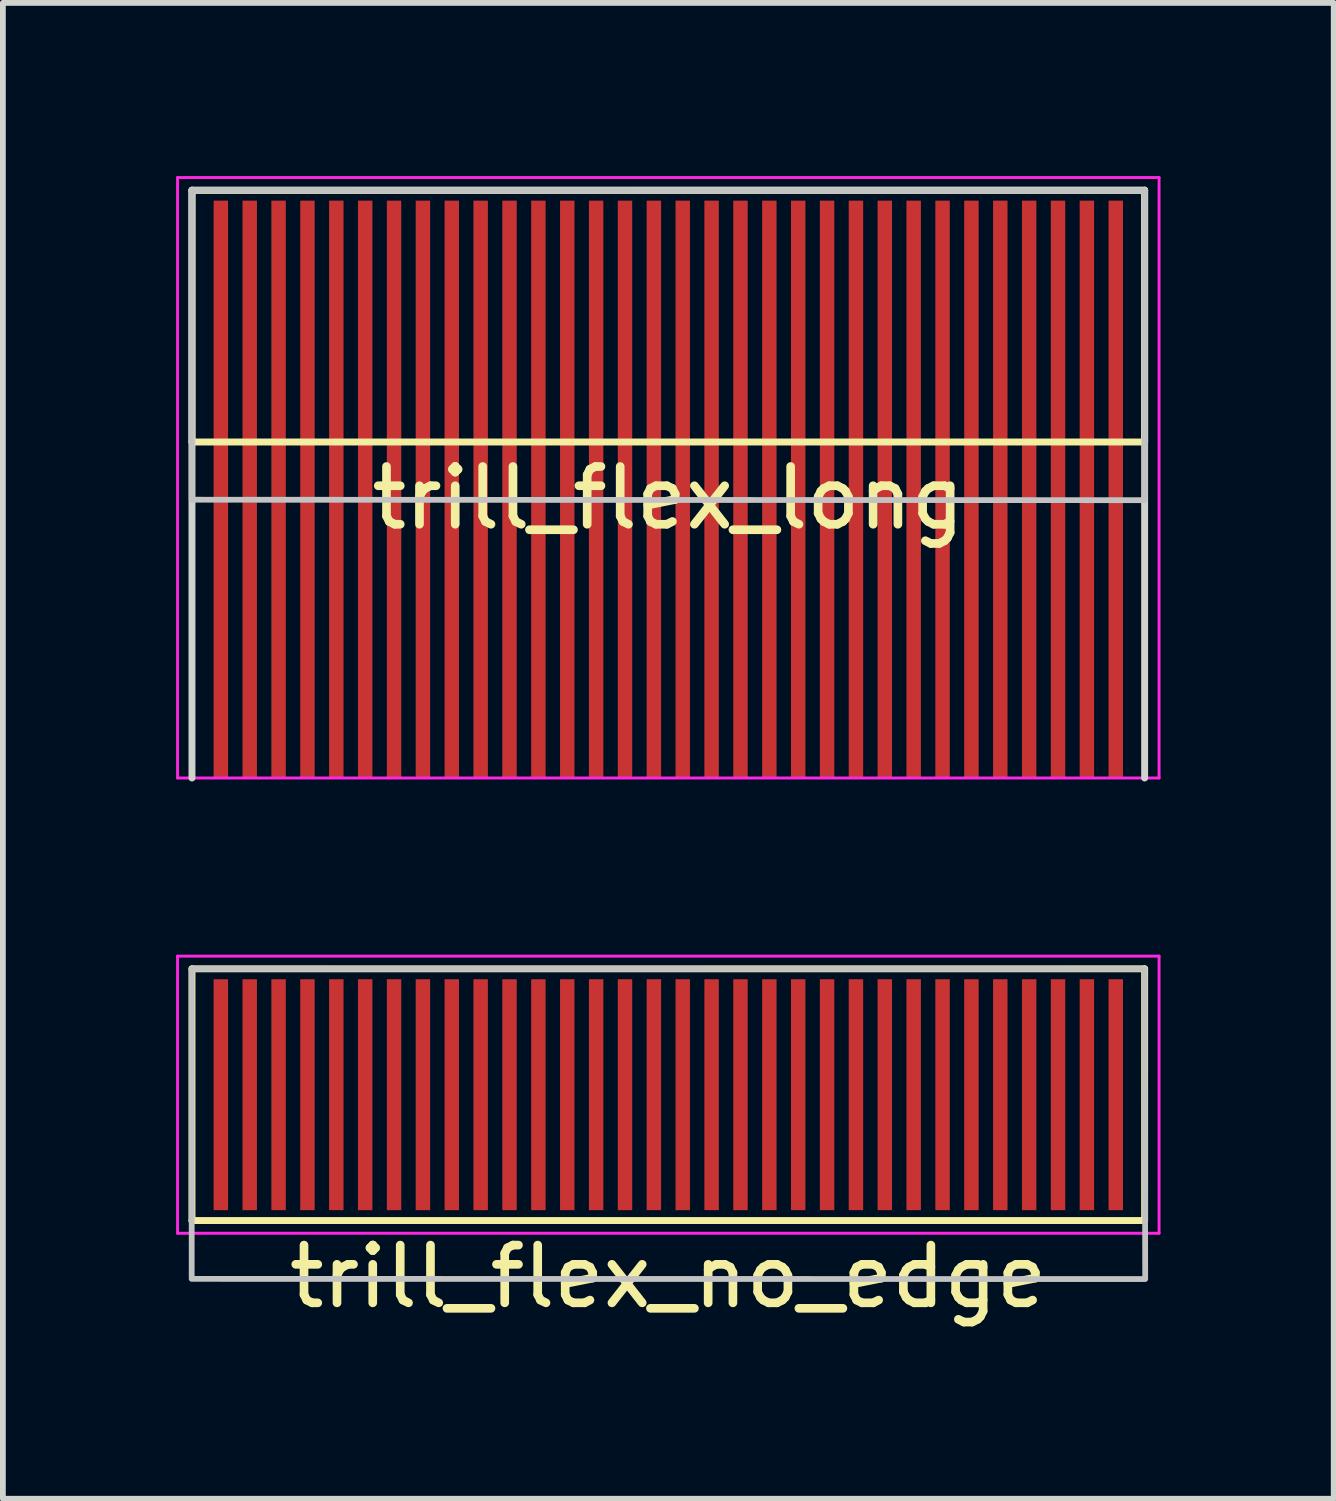
<source format=kicad_pcb>
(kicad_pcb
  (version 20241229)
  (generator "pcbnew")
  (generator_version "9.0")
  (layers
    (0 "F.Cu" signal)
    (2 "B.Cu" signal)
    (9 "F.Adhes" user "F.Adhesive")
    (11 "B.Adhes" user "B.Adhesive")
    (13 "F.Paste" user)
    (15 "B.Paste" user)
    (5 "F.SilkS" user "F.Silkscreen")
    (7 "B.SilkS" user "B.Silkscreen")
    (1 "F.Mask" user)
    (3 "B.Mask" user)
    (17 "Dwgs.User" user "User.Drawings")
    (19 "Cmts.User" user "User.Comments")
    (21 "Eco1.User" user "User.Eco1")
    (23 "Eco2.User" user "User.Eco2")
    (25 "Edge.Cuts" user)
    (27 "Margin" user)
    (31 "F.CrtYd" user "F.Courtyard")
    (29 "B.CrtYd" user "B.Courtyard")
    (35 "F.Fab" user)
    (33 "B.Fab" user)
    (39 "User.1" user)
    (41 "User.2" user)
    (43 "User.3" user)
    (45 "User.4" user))
  (footprint "trill_flex_no_edge"
    (layer "F.Cu")
    (at 8.525 15.91)
    (property "Reference" "trill_flex_no_edge" (at 0 3.15 0) (layer "F.SilkS") (effects (font (size 1 1) (thickness 0.15))))
    (attr smd)
    (fp_line (start -8.25 -2.18) (end 8.25 -2.18) (stroke (width 0.12) (type solid)) (layer "F.SilkS"))
    (fp_line (start -8.25 2.18) (end -8.25 -2.18) (stroke (width 0.12) (type solid)) (layer "F.SilkS"))
    (fp_line (start -8.25 2.18) (end 8.25 2.18) (stroke (width 0.12) (type solid)) (layer "F.SilkS"))
    (fp_line (start 8.25 2.18) (end 8.25 -2.18) (stroke (width 0.12) (type solid)) (layer "F.SilkS"))
    (fp_poly (pts (xy 8.26 3.193) (xy -8.255 3.19) (xy -8.255 -2.18) (xy 8.25 -2.177)) (stroke (width 0.1) (type solid)) (fill no) (layer "Dwgs.User"))
    (fp_line (start -8.5 -2.4) (end -8.5 2.4) (stroke (width 0.05) (type solid)) (layer "F.CrtYd"))
    (fp_line (start -8.5 -2.4) (end 8.5 -2.4) (stroke (width 0.05) (type solid)) (layer "F.CrtYd"))
    (fp_line (start -8.5 2.4) (end 8.5 2.4) (stroke (width 0.05) (type solid)) (layer "F.CrtYd"))
    (fp_line (start 8.5 -2.4) (end 8.5 2.4) (stroke (width 0.05) (type solid)) (layer "F.CrtYd"))
    (pad "1" smd rect (at -7.75 0) (size 0.25 4) (layers "F.Cu" "F.Mask" "F.Paste"))
    (pad "2" smd rect (at -7.25 0) (size 0.25 4) (layers "F.Cu" "F.Mask" "F.Paste"))
    (pad "3" smd rect (at -6.75 0) (size 0.25 4) (layers "F.Cu" "F.Mask" "F.Paste"))
    (pad "4" smd rect (at -6.25 0) (size 0.25 4) (layers "F.Cu" "F.Mask" "F.Paste"))
    (pad "5" smd rect (at -5.75 0) (size 0.25 4) (layers "F.Cu" "F.Mask" "F.Paste"))
    (pad "6" smd rect (at -5.25 0) (size 0.25 4) (layers "F.Cu" "F.Mask" "F.Paste"))
    (pad "7" smd rect (at -4.75 0) (size 0.25 4) (layers "F.Cu" "F.Mask" "F.Paste"))
    (pad "8" smd rect (at -4.25 0) (size 0.25 4) (layers "F.Cu" "F.Mask" "F.Paste"))
    (pad "9" smd rect (at -3.75 0) (size 0.25 4) (layers "F.Cu" "F.Mask" "F.Paste"))
    (pad "10" smd rect (at -3.25 0) (size 0.25 4) (layers "F.Cu" "F.Mask" "F.Paste"))
    (pad "11" smd rect (at -2.75 0) (size 0.25 4) (layers "F.Cu" "F.Mask" "F.Paste"))
    (pad "12" smd rect (at -2.25 0) (size 0.25 4) (layers "F.Cu" "F.Mask" "F.Paste"))
    (pad "13" smd rect (at -1.75 0) (size 0.25 4) (layers "F.Cu" "F.Mask" "F.Paste"))
    (pad "14" smd rect (at -1.25 0) (size 0.25 4) (layers "F.Cu" "F.Mask" "F.Paste"))
    (pad "15" smd rect (at -0.75 0) (size 0.25 4) (layers "F.Cu" "F.Mask" "F.Paste"))
    (pad "16" smd rect (at -0.25 0) (size 0.25 4) (layers "F.Cu" "F.Mask" "F.Paste"))
    (pad "17" smd rect (at 0.25 0) (size 0.25 4) (layers "F.Cu" "F.Mask" "F.Paste"))
    (pad "18" smd rect (at 0.75 0) (size 0.25 4) (layers "F.Cu" "F.Mask" "F.Paste"))
    (pad "19" smd rect (at 1.25 0) (size 0.25 4) (layers "F.Cu" "F.Mask" "F.Paste"))
    (pad "20" smd rect (at 1.75 0) (size 0.25 4) (layers "F.Cu" "F.Mask" "F.Paste"))
    (pad "21" smd rect (at 2.25 0) (size 0.25 4) (layers "F.Cu" "F.Mask" "F.Paste"))
    (pad "22" smd rect (at 2.75 0) (size 0.25 4) (layers "F.Cu" "F.Mask" "F.Paste"))
    (pad "23" smd rect (at 3.25 0) (size 0.25 4) (layers "F.Cu" "F.Mask" "F.Paste"))
    (pad "24" smd rect (at 3.75 0) (size 0.25 4) (layers "F.Cu" "F.Mask" "F.Paste"))
    (pad "25" smd rect (at 4.25 0) (size 0.25 4) (layers "F.Cu" "F.Mask" "F.Paste"))
    (pad "26" smd rect (at 4.75 0) (size 0.25 4) (layers "F.Cu" "F.Mask" "F.Paste"))
    (pad "27" smd rect (at 5.25 0) (size 0.25 4) (layers "F.Cu" "F.Mask" "F.Paste"))
    (pad "28" smd rect (at 5.75 0) (size 0.25 4) (layers "F.Cu" "F.Mask" "F.Paste"))
    (pad "29" smd rect (at 6.25 0) (size 0.25 4) (layers "F.Cu" "F.Mask" "F.Paste"))
    (pad "30" smd rect (at 6.75 0) (size 0.25 4) (layers "F.Cu" "F.Mask" "F.Paste"))
    (pad "31" smd rect (at 7.25 0) (size 0.25 4) (layers "F.Cu" "F.Mask" "F.Paste"))
    (pad "32" smd rect (at 7.75 0) (size 0.25 4) (layers "F.Cu" "F.Mask" "F.Paste")))
  (footprint "trill_flex_long"
    (layer "F.Cu")
    (at 8.525 2.425)
    (property "Reference" "trill_flex_long" (at 0 3.15 0) (layer "F.SilkS") (effects (font (size 1 1) (thickness 0.15))))
    (attr smd)
    (fp_line (start -8.25 -2.18) (end 8.25 -2.18) (stroke (width 0.12) (type solid)) (layer "F.SilkS"))
    (fp_line (start -8.25 2.18) (end -8.25 -2.18) (stroke (width 0.12) (type solid)) (layer "F.SilkS"))
    (fp_line (start -8.25 2.18) (end 8.25 2.18) (stroke (width 0.12) (type solid)) (layer "F.SilkS"))
    (fp_line (start 8.25 2.18) (end 8.25 -2.18) (stroke (width 0.12) (type solid)) (layer "F.SilkS"))
    (fp_poly (pts (xy 8.255 3.188) (xy -8.255 3.18) (xy -8.255 -2.18) (xy 8.255 -2.172)) (stroke (width 0.1) (type solid)) (fill no) (layer "Dwgs.User"))
    (fp_line (start -8.25 -2.18) (end 8.25 -2.18) (stroke (width 0.12) (type solid)) (layer "Edge.Cuts"))
    (fp_line (start -8.25 8) (end -8.25 -2.18) (stroke (width 0.12) (type solid)) (layer "Edge.Cuts"))
    (fp_line (start 8.25 8) (end 8.25 -2.18) (stroke (width 0.12) (type solid)) (layer "Edge.Cuts"))
    (fp_line (start -8.5 -2.4) (end -8.5 8) (stroke (width 0.05) (type solid)) (layer "F.CrtYd"))
    (fp_line (start -8.5 -2.4) (end 8.5 -2.4) (stroke (width 0.05) (type solid)) (layer "F.CrtYd"))
    (fp_line (start -8.5 8) (end 8.5 8) (stroke (width 0.05) (type solid)) (layer "F.CrtYd"))
    (fp_line (start 8.5 -2.4) (end 8.5 8) (stroke (width 0.05) (type solid)) (layer "F.CrtYd"))
    (pad "" smd rect (at -7.75 0) (size 0.25 4) (layers "F.Mask" "F.Paste"))
    (pad "" smd rect (at -7.25 0) (size 0.25 4) (layers "F.Mask" "F.Paste"))
    (pad "" smd rect (at -6.75 0) (size 0.25 4) (layers "F.Mask" "F.Paste"))
    (pad "" smd rect (at -6.25 0) (size 0.25 4) (layers "F.Mask" "F.Paste"))
    (pad "" smd rect (at -5.75 0) (size 0.25 4) (layers "F.Mask" "F.Paste"))
    (pad "" smd rect (at -5.25 0) (size 0.25 4) (layers "F.Mask" "F.Paste"))
    (pad "" smd rect (at -4.75 0) (size 0.25 4) (layers "F.Mask" "F.Paste"))
    (pad "" smd rect (at -4.25 0) (size 0.25 4) (layers "F.Mask" "F.Paste"))
    (pad "" smd rect (at -3.75 0) (size 0.25 4) (layers "F.Mask" "F.Paste"))
    (pad "" smd rect (at -3.25 0) (size 0.25 4) (layers "F.Mask" "F.Paste"))
    (pad "" smd rect (at -2.75 0) (size 0.25 4) (layers "F.Mask" "F.Paste"))
    (pad "" smd rect (at -2.25 0) (size 0.25 4) (layers "F.Mask" "F.Paste"))
    (pad "" smd rect (at -1.75 0) (size 0.25 4) (layers "F.Mask" "F.Paste"))
    (pad "" smd rect (at -1.25 0) (size 0.25 4) (layers "F.Mask" "F.Paste"))
    (pad "" smd rect (at -0.75 0) (size 0.25 4) (layers "F.Mask" "F.Paste"))
    (pad "" smd rect (at -0.25 0) (size 0.25 4) (layers "F.Mask" "F.Paste"))
    (pad "" smd rect (at 0.25 0) (size 0.25 4) (layers "F.Mask" "F.Paste"))
    (pad "" smd rect (at 0.75 0) (size 0.25 4) (layers "F.Mask" "F.Paste"))
    (pad "" smd rect (at 1.25 0) (size 0.25 4) (layers "F.Mask" "F.Paste"))
    (pad "" smd rect (at 1.75 0) (size 0.25 4) (layers "F.Mask" "F.Paste"))
    (pad "" smd rect (at 2.25 0) (size 0.25 4) (layers "F.Mask" "F.Paste"))
    (pad "" smd rect (at 2.75 0) (size 0.25 4) (layers "F.Mask" "F.Paste"))
    (pad "" smd rect (at 3.25 0) (size 0.25 4) (layers "F.Mask" "F.Paste"))
    (pad "" smd rect (at 3.75 0) (size 0.25 4) (layers "F.Mask" "F.Paste"))
    (pad "" smd rect (at 4.25 0) (size 0.25 4) (layers "F.Mask" "F.Paste"))
    (pad "" smd rect (at 4.75 0) (size 0.25 4) (layers "F.Mask" "F.Paste"))
    (pad "" smd rect (at 5.25 0) (size 0.25 4) (layers "F.Mask" "F.Paste"))
    (pad "" smd rect (at 5.75 0) (size 0.25 4) (layers "F.Mask" "F.Paste"))
    (pad "" smd rect (at 6.25 0) (size 0.25 4) (layers "F.Mask" "F.Paste"))
    (pad "" smd rect (at 6.75 0) (size 0.25 4) (layers "F.Mask" "F.Paste"))
    (pad "" smd rect (at 7.25 0) (size 0.25 4) (layers "F.Mask" "F.Paste"))
    (pad "" smd rect (at 7.75 0) (size 0.25 4) (layers "F.Mask" "F.Paste"))
    (pad "1" smd custom (at -7.75 7) (size 0.25 2) (layers "F.Cu") (options (anchor rect)) (primitives (gr_poly (pts (xy -0.125 -1) (xy -0.125 -9) (xy 0.125 -9) (xy 0.125 -1)) (width 0) (fill yes))))
    (pad "2" smd custom (at -7.25 7) (size 0.25 2) (layers "F.Cu") (options (anchor rect)) (primitives (gr_poly (pts (xy -0.125 -1) (xy -0.125 -9) (xy 0.125 -9) (xy 0.125 -1)) (width 0) (fill yes))))
    (pad "3" smd custom (at -6.75 7) (size 0.25 2) (layers "F.Cu") (options (anchor rect)) (primitives (gr_poly (pts (xy -0.125 -1) (xy -0.125 -9) (xy 0.125 -9) (xy 0.125 -1)) (width 0) (fill yes))))
    (pad "4" smd custom (at -6.25 7) (size 0.25 2) (layers "F.Cu") (options (anchor rect)) (primitives (gr_poly (pts (xy -0.125 -1) (xy -0.125 -9) (xy 0.125 -9) (xy 0.125 -1)) (width 0) (fill yes))))
    (pad "5" smd custom (at -5.75 7) (size 0.25 2) (layers "F.Cu") (options (anchor rect)) (primitives (gr_poly (pts (xy -0.125 -1) (xy -0.125 -9) (xy 0.125 -9) (xy 0.125 -1)) (width 0) (fill yes))))
    (pad "6" smd custom (at -5.25 7) (size 0.25 2) (layers "F.Cu") (options (anchor rect)) (primitives (gr_poly (pts (xy -0.125 -1) (xy -0.125 -9) (xy 0.125 -9) (xy 0.125 -1)) (width 0) (fill yes))))
    (pad "7" smd custom (at -4.75 7) (size 0.25 2) (layers "F.Cu") (options (anchor rect)) (primitives (gr_poly (pts (xy -0.125 -1) (xy -0.125 -9) (xy 0.125 -9) (xy 0.125 -1)) (width 0) (fill yes))))
    (pad "8" smd custom (at -4.25 7) (size 0.25 2) (layers "F.Cu") (options (anchor rect)) (primitives (gr_poly (pts (xy -0.125 -1) (xy -0.125 -9) (xy 0.125 -9) (xy 0.125 -1)) (width 0) (fill yes))))
    (pad "9" smd custom (at -3.75 7) (size 0.25 2) (layers "F.Cu") (options (anchor rect)) (primitives (gr_poly (pts (xy -0.125 -1) (xy -0.125 -9) (xy 0.125 -9) (xy 0.125 -1)) (width 0) (fill yes))))
    (pad "10" smd custom (at -3.25 7) (size 0.25 2) (layers "F.Cu") (options (anchor rect)) (primitives (gr_poly (pts (xy -0.125 -1) (xy -0.125 -9) (xy 0.125 -9) (xy 0.125 -1)) (width 0) (fill yes))))
    (pad "11" smd custom (at -2.75 7) (size 0.25 2) (layers "F.Cu") (options (anchor rect)) (primitives (gr_poly (pts (xy -0.125 -1) (xy -0.125 -9) (xy 0.125 -9) (xy 0.125 -1)) (width 0) (fill yes))))
    (pad "12" smd custom (at -2.25 7) (size 0.25 2) (layers "F.Cu") (options (anchor rect)) (primitives (gr_poly (pts (xy -0.125 -1) (xy -0.125 -9) (xy 0.125 -9) (xy 0.125 -1)) (width 0) (fill yes))))
    (pad "13" smd custom (at -1.75 7) (size 0.25 2) (layers "F.Cu") (options (anchor rect)) (primitives (gr_poly (pts (xy -0.125 -1) (xy -0.125 -9) (xy 0.125 -9) (xy 0.125 -1)) (width 0) (fill yes))))
    (pad "14" smd custom (at -1.25 7) (size 0.25 2) (layers "F.Cu") (options (anchor rect)) (primitives (gr_poly (pts (xy -0.125 -1) (xy -0.125 -9) (xy 0.125 -9) (xy 0.125 -1)) (width 0) (fill yes))))
    (pad "15" smd custom (at -0.75 7) (size 0.25 2) (layers "F.Cu") (options (anchor rect)) (primitives (gr_poly (pts (xy -0.125 -1) (xy -0.125 -9) (xy 0.125 -9) (xy 0.125 -1)) (width 0) (fill yes))))
    (pad "16" smd custom (at -0.25 7) (size 0.25 2) (layers "F.Cu") (options (anchor rect)) (primitives (gr_poly (pts (xy -0.125 -1) (xy -0.125 -9) (xy 0.125 -9) (xy 0.125 -1)) (width 0) (fill yes))))
    (pad "17" smd custom (at 0.25 7) (size 0.25 2) (layers "F.Cu") (options (anchor rect)) (primitives (gr_poly (pts (xy -0.125 -1) (xy -0.125 -9) (xy 0.125 -9) (xy 0.125 -1)) (width 0) (fill yes))))
    (pad "18" smd custom (at 0.75 7) (size 0.25 2) (layers "F.Cu") (options (anchor rect)) (primitives (gr_poly (pts (xy -0.125 -1) (xy -0.125 -9) (xy 0.125 -9) (xy 0.125 -1)) (width 0) (fill yes))))
    (pad "19" smd custom (at 1.25 7) (size 0.25 2) (layers "F.Cu") (options (anchor rect)) (primitives (gr_poly (pts (xy -0.125 -1) (xy -0.125 -9) (xy 0.125 -9) (xy 0.125 -1)) (width 0) (fill yes))))
    (pad "20" smd custom (at 1.75 7) (size 0.25 2) (layers "F.Cu") (options (anchor rect)) (primitives (gr_poly (pts (xy -0.125 -1) (xy -0.125 -9) (xy 0.125 -9) (xy 0.125 -1)) (width 0) (fill yes))))
    (pad "21" smd custom (at 2.25 7) (size 0.25 2) (layers "F.Cu") (options (anchor rect)) (primitives (gr_poly (pts (xy -0.125 -1) (xy -0.125 -9) (xy 0.125 -9) (xy 0.125 -1)) (width 0) (fill yes))))
    (pad "22" smd custom (at 2.75 7) (size 0.25 2) (layers "F.Cu") (options (anchor rect)) (primitives (gr_poly (pts (xy -0.125 -1) (xy -0.125 -9) (xy 0.125 -9) (xy 0.125 -1)) (width 0) (fill yes))))
    (pad "23" smd custom (at 3.25 7) (size 0.25 2) (layers "F.Cu") (options (anchor rect)) (primitives (gr_poly (pts (xy -0.125 -1) (xy -0.125 -9) (xy 0.125 -9) (xy 0.125 -1)) (width 0) (fill yes))))
    (pad "24" smd custom (at 3.75 7) (size 0.25 2) (layers "F.Cu") (options (anchor rect)) (primitives (gr_poly (pts (xy -0.125 -1) (xy -0.125 -9) (xy 0.125 -9) (xy 0.125 -1)) (width 0) (fill yes))))
    (pad "25" smd custom (at 4.25 7) (size 0.25 2) (layers "F.Cu") (options (anchor rect)) (primitives (gr_poly (pts (xy -0.125 -1) (xy -0.125 -9) (xy 0.125 -9) (xy 0.125 -1)) (width 0) (fill yes))))
    (pad "26" smd custom (at 4.75 7) (size 0.25 2) (layers "F.Cu") (options (anchor rect)) (primitives (gr_poly (pts (xy -0.125 -1) (xy -0.125 -9) (xy 0.125 -9) (xy 0.125 -1)) (width 0) (fill yes))))
    (pad "27" smd custom (at 5.25 7) (size 0.25 2) (layers "F.Cu") (options (anchor rect)) (primitives (gr_poly (pts (xy -0.125 -1) (xy -0.125 -9) (xy 0.125 -9) (xy 0.125 -1)) (width 0) (fill yes))))
    (pad "28" smd custom (at 5.75 7) (size 0.25 2) (layers "F.Cu") (options (anchor rect)) (primitives (gr_poly (pts (xy -0.125 -1) (xy -0.125 -9) (xy 0.125 -9) (xy 0.125 -1)) (width 0) (fill yes))))
    (pad "29" smd custom (at 6.25 7) (size 0.25 2) (layers "F.Cu") (options (anchor rect)) (primitives (gr_poly (pts (xy -0.125 -1) (xy -0.125 -9) (xy 0.125 -9) (xy 0.125 -1)) (width 0) (fill yes))))
    (pad "30" smd custom (at 6.75 7) (size 0.25 2) (layers "F.Cu") (options (anchor rect)) (primitives (gr_poly (pts (xy -0.125 -1) (xy -0.125 -9) (xy 0.125 -9) (xy 0.125 -1)) (width 0) (fill yes))))
    (pad "31" smd custom (at 7.25 7) (size 0.25 2) (layers "F.Cu") (options (anchor rect)) (primitives (gr_poly (pts (xy -0.125 -1) (xy -0.125 -9) (xy 0.125 -9) (xy 0.125 -1)) (width 0) (fill yes))))
    (pad "32" smd custom (at 7.75 7) (size 0.25 2) (layers "F.Cu") (options (anchor rect)) (primitives (gr_poly (pts (xy -0.125 -1) (xy -0.125 -9) (xy 0.125 -9) (xy 0.125 -1)) (width 0) (fill yes)))))
  (gr_rect
    (start -3 -3)
    (end 20.05 22.908)
    (stroke (width 0.1) (type default))
    (fill no)
    (layer "Edge.Cuts")))
</source>
